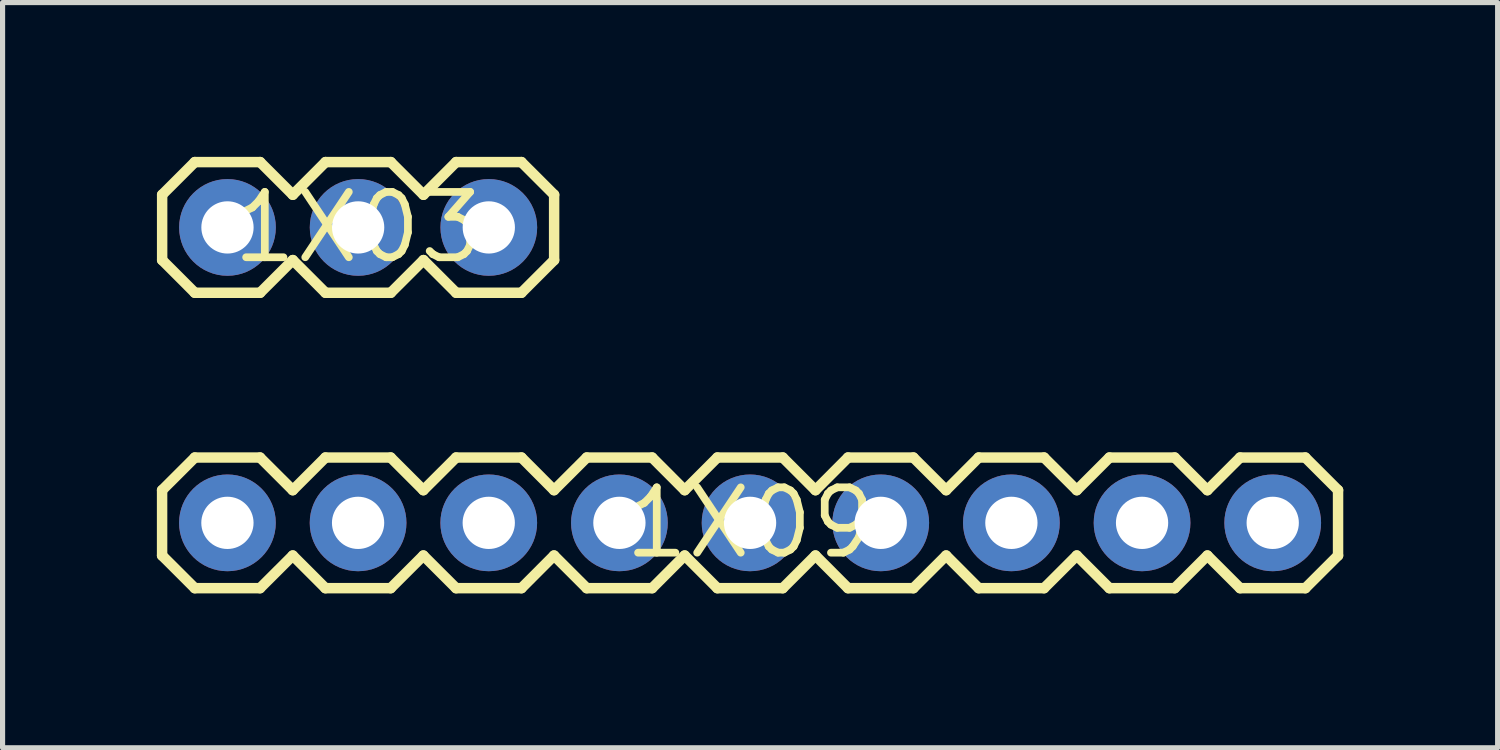
<source format=kicad_pcb>
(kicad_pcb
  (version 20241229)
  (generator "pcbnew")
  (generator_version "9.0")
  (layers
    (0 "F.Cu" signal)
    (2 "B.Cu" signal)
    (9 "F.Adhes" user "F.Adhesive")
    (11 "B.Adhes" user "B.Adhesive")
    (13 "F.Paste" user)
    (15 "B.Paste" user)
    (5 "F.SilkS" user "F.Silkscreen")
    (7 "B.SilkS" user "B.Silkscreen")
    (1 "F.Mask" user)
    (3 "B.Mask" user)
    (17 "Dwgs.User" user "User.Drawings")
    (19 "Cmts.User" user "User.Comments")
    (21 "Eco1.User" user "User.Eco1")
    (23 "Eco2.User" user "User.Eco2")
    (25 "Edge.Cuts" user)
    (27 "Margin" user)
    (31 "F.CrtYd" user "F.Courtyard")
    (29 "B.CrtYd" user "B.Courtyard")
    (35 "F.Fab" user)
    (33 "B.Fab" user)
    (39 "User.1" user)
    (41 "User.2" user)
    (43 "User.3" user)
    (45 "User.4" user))
  (footprint "1X09"
    (layer "F.Cu")
    (at 11.531 7.114)
    (property "Reference" "1X09" (at 0 0 0) (layer "F.SilkS") (effects (font (size 1.27 1.27) (thickness 0.15))))
    (fp_circle (center -10.16 0) (end -10.16 0) (stroke (width 0) (type solid)) (fill yes) (layer "F.Mask"))
    (fp_circle (center -7.62 0) (end -7.62 0) (stroke (width 0) (type solid)) (fill yes) (layer "F.Mask"))
    (fp_circle (center -5.08 0) (end -5.08 0) (stroke (width 0) (type solid)) (fill yes) (layer "F.Mask"))
    (fp_circle (center -2.54 0) (end -2.54 0) (stroke (width 0) (type solid)) (fill yes) (layer "F.Mask"))
    (fp_circle (center 0 0) (end 0 0) (stroke (width 0) (type solid)) (fill yes) (layer "F.Mask"))
    (fp_circle (center 2.54 0) (end 2.54 0) (stroke (width 0) (type solid)) (fill yes) (layer "F.Mask"))
    (fp_circle (center 5.08 0) (end 5.08 0) (stroke (width 0) (type solid)) (fill yes) (layer "F.Mask"))
    (fp_circle (center 7.62 0) (end 7.62 0) (stroke (width 0) (type solid)) (fill yes) (layer "F.Mask"))
    (fp_circle (center 10.16 0) (end 10.16 0) (stroke (width 0) (type solid)) (fill yes) (layer "F.Mask"))
    (fp_circle (center -10.16 0) (end -10.16 0) (stroke (width 0) (type solid)) (fill yes) (layer "B.Mask"))
    (fp_circle (center -7.62 0) (end -7.62 0) (stroke (width 0) (type solid)) (fill yes) (layer "B.Mask"))
    (fp_circle (center -5.08 0) (end -5.08 0) (stroke (width 0) (type solid)) (fill yes) (layer "B.Mask"))
    (fp_circle (center -2.54 0) (end -2.54 0) (stroke (width 0) (type solid)) (fill yes) (layer "B.Mask"))
    (fp_circle (center 0 0) (end 0 0) (stroke (width 0) (type solid)) (fill yes) (layer "B.Mask"))
    (fp_circle (center 2.54 0) (end 2.54 0) (stroke (width 0) (type solid)) (fill yes) (layer "B.Mask"))
    (fp_circle (center 5.08 0) (end 5.08 0) (stroke (width 0) (type solid)) (fill yes) (layer "B.Mask"))
    (fp_circle (center 7.62 0) (end 7.62 0) (stroke (width 0) (type solid)) (fill yes) (layer "B.Mask"))
    (fp_circle (center 10.16 0) (end 10.16 0) (stroke (width 0) (type solid)) (fill yes) (layer "B.Mask"))
    (fp_line (start -11.43 -0.635) (end -11.43 0.635) (stroke (width 0.203) (type solid)) (layer "F.SilkS"))
    (fp_line (start -11.43 0.635) (end -10.794 1.27) (stroke (width 0.203) (type solid)) (layer "F.SilkS"))
    (fp_line (start -10.794 -1.27) (end -11.43 -0.635) (stroke (width 0.203) (type solid)) (layer "F.SilkS"))
    (fp_line (start -10.794 -1.27) (end -9.526 -1.27) (stroke (width 0.203) (type solid)) (layer "F.SilkS"))
    (fp_line (start -9.526 -1.27) (end -8.89 -0.635) (stroke (width 0.203) (type solid)) (layer "F.SilkS"))
    (fp_line (start -9.526 1.27) (end -10.794 1.27) (stroke (width 0.203) (type solid)) (layer "F.SilkS"))
    (fp_line (start -8.89 -0.635) (end -8.255 -1.27) (stroke (width 0.203) (type solid)) (layer "F.SilkS"))
    (fp_line (start -8.89 0.635) (end -9.526 1.27) (stroke (width 0.203) (type solid)) (layer "F.SilkS"))
    (fp_line (start -8.255 -1.27) (end -6.986 -1.27) (stroke (width 0.203) (type solid)) (layer "F.SilkS"))
    (fp_line (start -8.255 1.27) (end -8.89 0.635) (stroke (width 0.203) (type solid)) (layer "F.SilkS"))
    (fp_line (start -6.986 -1.27) (end -6.351 -0.635) (stroke (width 0.203) (type solid)) (layer "F.SilkS"))
    (fp_line (start -6.986 1.27) (end -8.255 1.27) (stroke (width 0.203) (type solid)) (layer "F.SilkS"))
    (fp_line (start -6.351 -0.635) (end -5.715 -1.27) (stroke (width 0.203) (type solid)) (layer "F.SilkS"))
    (fp_line (start -6.351 0.635) (end -6.986 1.27) (stroke (width 0.203) (type solid)) (layer "F.SilkS"))
    (fp_line (start -5.715 -1.27) (end -4.444 -1.27) (stroke (width 0.203) (type solid)) (layer "F.SilkS"))
    (fp_line (start -5.715 1.27) (end -6.351 0.635) (stroke (width 0.203) (type solid)) (layer "F.SilkS"))
    (fp_line (start -4.444 -1.27) (end -3.811 -0.635) (stroke (width 0.203) (type solid)) (layer "F.SilkS"))
    (fp_line (start -4.444 1.27) (end -5.715 1.27) (stroke (width 0.203) (type solid)) (layer "F.SilkS"))
    (fp_line (start -3.811 0.635) (end -4.444 1.27) (stroke (width 0.203) (type solid)) (layer "F.SilkS"))
    (fp_line (start -3.811 0.635) (end -3.175 1.27) (stroke (width 0.203) (type solid)) (layer "F.SilkS"))
    (fp_line (start -3.175 -1.27) (end -3.811 -0.635) (stroke (width 0.203) (type solid)) (layer "F.SilkS"))
    (fp_line (start -3.175 -1.27) (end -1.904 -1.27) (stroke (width 0.203) (type solid)) (layer "F.SilkS"))
    (fp_line (start -1.904 -1.27) (end -1.271 -0.635) (stroke (width 0.203) (type solid)) (layer "F.SilkS"))
    (fp_line (start -1.904 1.27) (end -3.175 1.27) (stroke (width 0.203) (type solid)) (layer "F.SilkS"))
    (fp_line (start -1.271 -0.635) (end -0.636 -1.27) (stroke (width 0.203) (type solid)) (layer "F.SilkS"))
    (fp_line (start -1.271 0.635) (end -1.904 1.27) (stroke (width 0.203) (type solid)) (layer "F.SilkS"))
    (fp_line (start -0.636 -1.27) (end 0.636 -1.27) (stroke (width 0.203) (type solid)) (layer "F.SilkS"))
    (fp_line (start -0.636 1.27) (end -1.271 0.635) (stroke (width 0.203) (type solid)) (layer "F.SilkS"))
    (fp_line (start 0.636 -1.27) (end 1.271 -0.635) (stroke (width 0.203) (type solid)) (layer "F.SilkS"))
    (fp_line (start 0.636 1.27) (end -0.636 1.27) (stroke (width 0.203) (type solid)) (layer "F.SilkS"))
    (fp_line (start 1.271 -0.635) (end 1.904 -1.27) (stroke (width 0.203) (type solid)) (layer "F.SilkS"))
    (fp_line (start 1.271 0.635) (end 0.636 1.27) (stroke (width 0.203) (type solid)) (layer "F.SilkS"))
    (fp_line (start 1.904 -1.27) (end 3.175 -1.27) (stroke (width 0.203) (type solid)) (layer "F.SilkS"))
    (fp_line (start 1.904 1.27) (end 1.271 0.635) (stroke (width 0.203) (type solid)) (layer "F.SilkS"))
    (fp_line (start 3.175 -1.27) (end 3.811 -0.635) (stroke (width 0.203) (type solid)) (layer "F.SilkS"))
    (fp_line (start 3.175 1.27) (end 1.904 1.27) (stroke (width 0.203) (type solid)) (layer "F.SilkS"))
    (fp_line (start 3.811 0.635) (end 3.175 1.27) (stroke (width 0.203) (type solid)) (layer "F.SilkS"))
    (fp_line (start 3.811 0.635) (end 4.444 1.27) (stroke (width 0.203) (type solid)) (layer "F.SilkS"))
    (fp_line (start 4.444 -1.27) (end 3.811 -0.635) (stroke (width 0.203) (type solid)) (layer "F.SilkS"))
    (fp_line (start 4.444 -1.27) (end 5.715 -1.27) (stroke (width 0.203) (type solid)) (layer "F.SilkS"))
    (fp_line (start 5.715 -1.27) (end 6.351 -0.635) (stroke (width 0.203) (type solid)) (layer "F.SilkS"))
    (fp_line (start 5.715 1.27) (end 4.444 1.27) (stroke (width 0.203) (type solid)) (layer "F.SilkS"))
    (fp_line (start 6.351 0.635) (end 5.715 1.27) (stroke (width 0.203) (type solid)) (layer "F.SilkS"))
    (fp_line (start 6.351 0.635) (end 6.986 1.27) (stroke (width 0.203) (type solid)) (layer "F.SilkS"))
    (fp_line (start 6.986 -1.27) (end 6.351 -0.635) (stroke (width 0.203) (type solid)) (layer "F.SilkS"))
    (fp_line (start 6.986 -1.27) (end 8.255 -1.27) (stroke (width 0.203) (type solid)) (layer "F.SilkS"))
    (fp_line (start 8.255 -1.27) (end 8.89 -0.635) (stroke (width 0.203) (type solid)) (layer "F.SilkS"))
    (fp_line (start 8.255 1.27) (end 6.986 1.27) (stroke (width 0.203) (type solid)) (layer "F.SilkS"))
    (fp_line (start 8.89 0.635) (end 8.255 1.27) (stroke (width 0.203) (type solid)) (layer "F.SilkS"))
    (fp_line (start 8.89 0.635) (end 9.526 1.27) (stroke (width 0.203) (type solid)) (layer "F.SilkS"))
    (fp_line (start 9.526 -1.27) (end 8.89 -0.635) (stroke (width 0.203) (type solid)) (layer "F.SilkS"))
    (fp_line (start 9.526 -1.27) (end 10.794 -1.27) (stroke (width 0.203) (type solid)) (layer "F.SilkS"))
    (fp_line (start 10.794 -1.27) (end 11.43 -0.635) (stroke (width 0.203) (type solid)) (layer "F.SilkS"))
    (fp_line (start 10.794 1.27) (end 9.526 1.27) (stroke (width 0.203) (type solid)) (layer "F.SilkS"))
    (fp_line (start 11.43 -0.635) (end 11.43 0.635) (stroke (width 0.203) (type solid)) (layer "F.SilkS"))
    (fp_line (start 11.43 0.635) (end 10.794 1.27) (stroke (width 0.203) (type solid)) (layer "F.SilkS"))
    (fp_poly (pts (xy -10.415 0.254) (xy -9.905 0.254) (xy -9.905 -0.254) (xy -10.415 -0.254)) (stroke (width 0.1) (type default)) (fill no) (layer "F.Fab"))
    (fp_poly (pts (xy -7.873 0.254) (xy -7.365 0.254) (xy -7.365 -0.254) (xy -7.873 -0.254)) (stroke (width 0.1) (type default)) (fill no) (layer "F.Fab"))
    (fp_poly (pts (xy -5.333 0.254) (xy -4.826 0.254) (xy -4.826 -0.254) (xy -5.333 -0.254)) (stroke (width 0.1) (type default)) (fill no) (layer "F.Fab"))
    (fp_poly (pts (xy -2.793 0.254) (xy -2.286 0.254) (xy -2.286 -0.254) (xy -2.793 -0.254)) (stroke (width 0.1) (type default)) (fill no) (layer "F.Fab"))
    (fp_poly (pts (xy -0.254 0.254) (xy 0.254 0.254) (xy 0.254 -0.254) (xy -0.254 -0.254)) (stroke (width 0.1) (type default)) (fill no) (layer "F.Fab"))
    (fp_poly (pts (xy 2.286 0.254) (xy 2.793 0.254) (xy 2.793 -0.254) (xy 2.286 -0.254)) (stroke (width 0.1) (type default)) (fill no) (layer "F.Fab"))
    (fp_poly (pts (xy 4.826 0.254) (xy 5.333 0.254) (xy 5.333 -0.254) (xy 4.826 -0.254)) (stroke (width 0.1) (type default)) (fill no) (layer "F.Fab"))
    (fp_poly (pts (xy 7.365 0.254) (xy 7.873 0.254) (xy 7.873 -0.254) (xy 7.365 -0.254)) (stroke (width 0.1) (type default)) (fill no) (layer "F.Fab"))
    (fp_poly (pts (xy 9.905 0.254) (xy 10.415 0.254) (xy 10.415 -0.254) (xy 9.905 -0.254)) (stroke (width 0.1) (type default)) (fill no) (layer "F.Fab"))
    (pad "1" thru_hole circle (at -10.16 0) (size 1.88 1.88) (drill 1.016) (layers "*.Cu"))
    (pad "2" thru_hole circle (at -7.62 0) (size 1.88 1.88) (drill 1.016) (layers "*.Cu"))
    (pad "3" thru_hole circle (at -5.08 0) (size 1.88 1.88) (drill 1.016) (layers "*.Cu"))
    (pad "4" thru_hole circle (at -2.54 0) (size 1.88 1.88) (drill 1.016) (layers "*.Cu"))
    (pad "5" thru_hole circle (at 0 0) (size 1.88 1.88) (drill 1.016) (layers "*.Cu"))
    (pad "6" thru_hole circle (at 2.54 0) (size 1.88 1.88) (drill 1.016) (layers "*.Cu"))
    (pad "7" thru_hole circle (at 5.08 0) (size 1.88 1.88) (drill 1.016) (layers "*.Cu"))
    (pad "8" thru_hole circle (at 7.62 0) (size 1.88 1.88) (drill 1.016) (layers "*.Cu"))
    (pad "9" thru_hole circle (at 10.16 0) (size 1.88 1.88) (drill 1.016) (layers "*.Cu")))
  (footprint "1X03"
    (layer "F.Cu")
    (at 3.912 1.371)
    (property "Reference" "1X03" (at 0 0 0) (layer "F.SilkS") (effects (font (size 1.27 1.27) (thickness 0.15))))
    (fp_circle (center -2.54 0) (end -2.54 0) (stroke (width 0) (type solid)) (fill yes) (layer "F.Mask"))
    (fp_circle (center 0 0) (end 0 0) (stroke (width 0) (type solid)) (fill yes) (layer "F.Mask"))
    (fp_circle (center 2.54 0) (end 2.54 0) (stroke (width 0) (type solid)) (fill yes) (layer "F.Mask"))
    (fp_circle (center -2.54 0) (end -2.54 0) (stroke (width 0) (type solid)) (fill yes) (layer "B.Mask"))
    (fp_circle (center 0 0) (end 0 0) (stroke (width 0) (type solid)) (fill yes) (layer "B.Mask"))
    (fp_circle (center 2.54 0) (end 2.54 0) (stroke (width 0) (type solid)) (fill yes) (layer "B.Mask"))
    (fp_line (start -3.81 -0.635) (end -3.81 0.635) (stroke (width 0.203) (type solid)) (layer "F.SilkS"))
    (fp_line (start -3.81 0.635) (end -3.175 1.27) (stroke (width 0.203) (type solid)) (layer "F.SilkS"))
    (fp_line (start -3.175 -1.27) (end -3.81 -0.635) (stroke (width 0.203) (type solid)) (layer "F.SilkS"))
    (fp_line (start -3.175 -1.27) (end -1.905 -1.27) (stroke (width 0.203) (type solid)) (layer "F.SilkS"))
    (fp_line (start -1.905 -1.27) (end -1.27 -0.635) (stroke (width 0.203) (type solid)) (layer "F.SilkS"))
    (fp_line (start -1.905 1.27) (end -3.175 1.27) (stroke (width 0.203) (type solid)) (layer "F.SilkS"))
    (fp_line (start -1.27 -0.635) (end -0.635 -1.27) (stroke (width 0.203) (type solid)) (layer "F.SilkS"))
    (fp_line (start -1.27 0.635) (end -1.905 1.27) (stroke (width 0.203) (type solid)) (layer "F.SilkS"))
    (fp_line (start -0.635 -1.27) (end 0.635 -1.27) (stroke (width 0.203) (type solid)) (layer "F.SilkS"))
    (fp_line (start -0.635 1.27) (end -1.27 0.635) (stroke (width 0.203) (type solid)) (layer "F.SilkS"))
    (fp_line (start 0.635 -1.27) (end 1.27 -0.635) (stroke (width 0.203) (type solid)) (layer "F.SilkS"))
    (fp_line (start 0.635 1.27) (end -0.635 1.27) (stroke (width 0.203) (type solid)) (layer "F.SilkS"))
    (fp_line (start 1.27 -0.635) (end 1.905 -1.27) (stroke (width 0.203) (type solid)) (layer "F.SilkS"))
    (fp_line (start 1.27 0.635) (end 0.635 1.27) (stroke (width 0.203) (type solid)) (layer "F.SilkS"))
    (fp_line (start 1.905 -1.27) (end 3.175 -1.27) (stroke (width 0.203) (type solid)) (layer "F.SilkS"))
    (fp_line (start 1.905 1.27) (end 1.27 0.635) (stroke (width 0.203) (type solid)) (layer "F.SilkS"))
    (fp_line (start 3.175 -1.27) (end 3.81 -0.635) (stroke (width 0.203) (type solid)) (layer "F.SilkS"))
    (fp_line (start 3.175 1.27) (end 1.905 1.27) (stroke (width 0.203) (type solid)) (layer "F.SilkS"))
    (fp_line (start 3.81 -0.635) (end 3.81 0.635) (stroke (width 0.203) (type solid)) (layer "F.SilkS"))
    (fp_line (start 3.81 0.635) (end 3.175 1.27) (stroke (width 0.203) (type solid)) (layer "F.SilkS"))
    (fp_poly (pts (xy -2.794 0.254) (xy -2.286 0.254) (xy -2.286 -0.254) (xy -2.794 -0.254)) (stroke (width 0.1) (type default)) (fill no) (layer "F.Fab"))
    (fp_poly (pts (xy -0.254 0.254) (xy 0.254 0.254) (xy 0.254 -0.254) (xy -0.254 -0.254)) (stroke (width 0.1) (type default)) (fill no) (layer "F.Fab"))
    (fp_poly (pts (xy 2.286 0.254) (xy 2.794 0.254) (xy 2.794 -0.254) (xy 2.286 -0.254)) (stroke (width 0.1) (type default)) (fill no) (layer "F.Fab"))
    (pad "1" thru_hole circle (at -2.54 0) (size 1.88 1.88) (drill 1.016) (layers "*.Cu"))
    (pad "2" thru_hole circle (at 0 0) (size 1.88 1.88) (drill 1.016) (layers "*.Cu"))
    (pad "3" thru_hole circle (at 2.54 0) (size 1.88 1.88) (drill 1.016) (layers "*.Cu")))
  (gr_rect
    (start -3 -3)
    (end 26.063 11.486)
    (stroke (width 0.1) (type default))
    (fill no)
    (layer "Edge.Cuts")))
</source>
